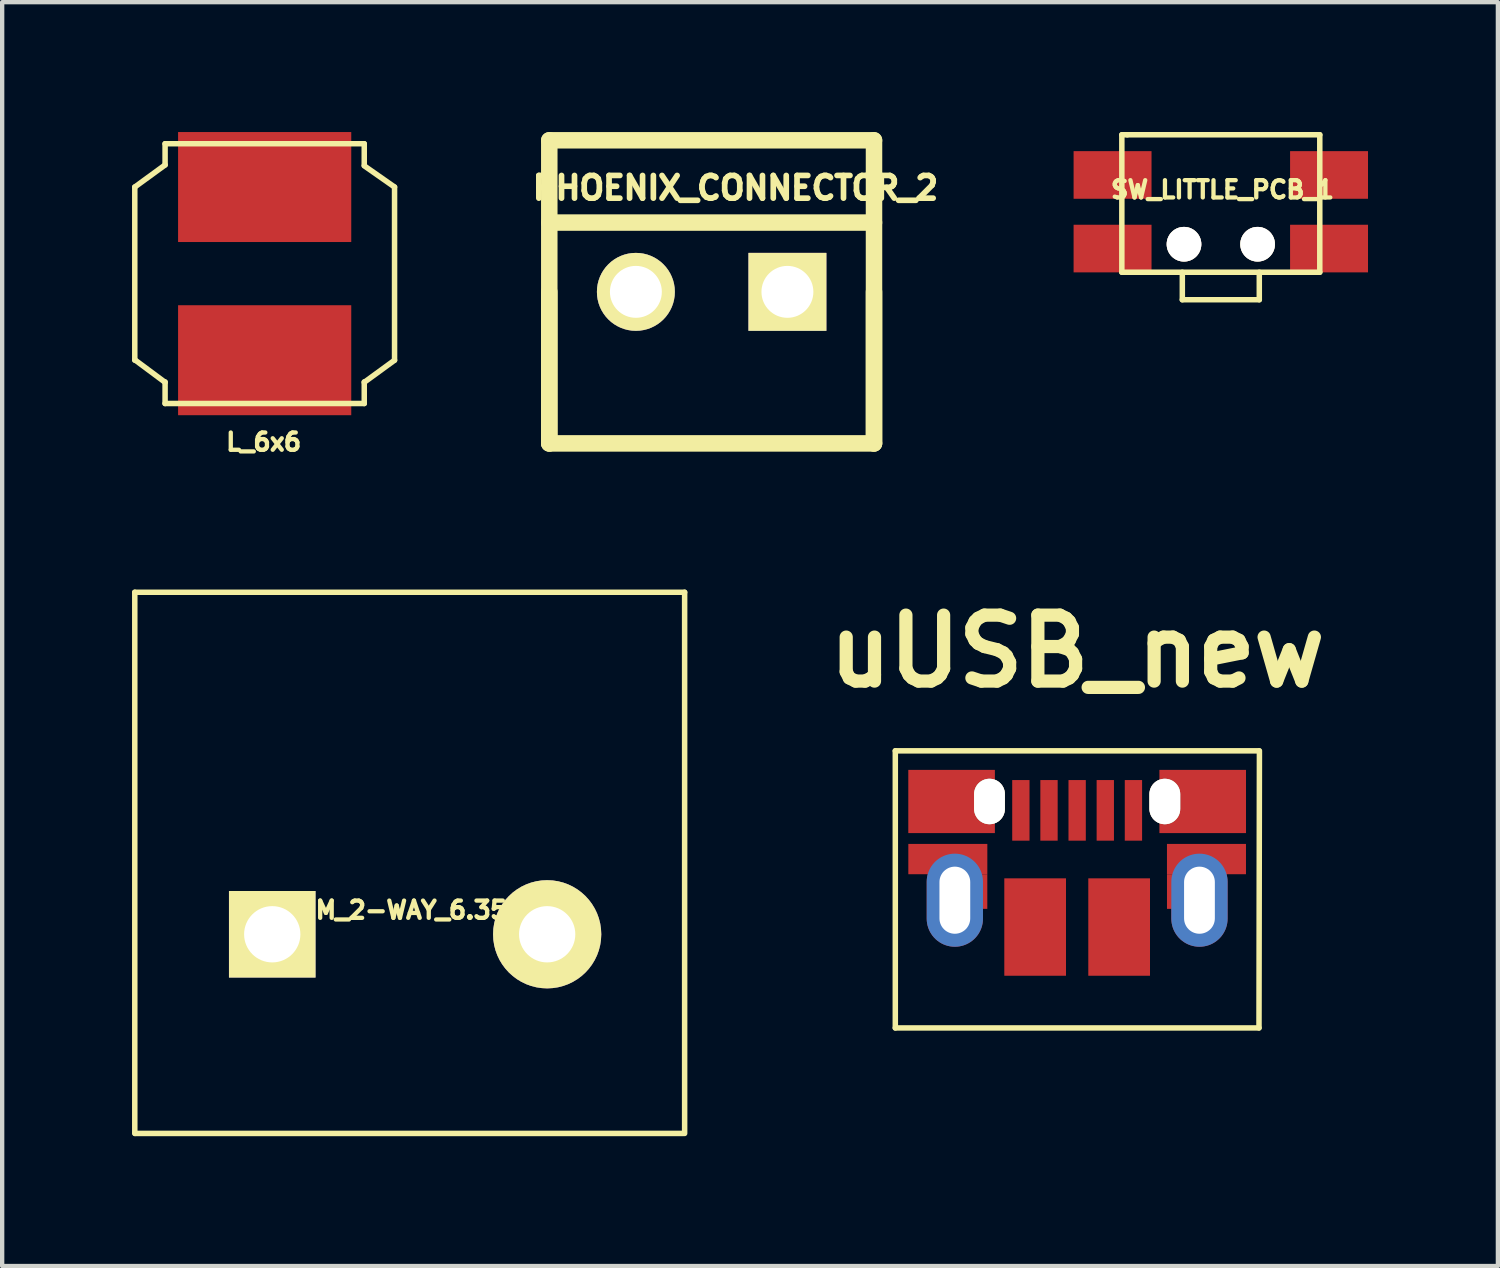
<source format=kicad_pcb>
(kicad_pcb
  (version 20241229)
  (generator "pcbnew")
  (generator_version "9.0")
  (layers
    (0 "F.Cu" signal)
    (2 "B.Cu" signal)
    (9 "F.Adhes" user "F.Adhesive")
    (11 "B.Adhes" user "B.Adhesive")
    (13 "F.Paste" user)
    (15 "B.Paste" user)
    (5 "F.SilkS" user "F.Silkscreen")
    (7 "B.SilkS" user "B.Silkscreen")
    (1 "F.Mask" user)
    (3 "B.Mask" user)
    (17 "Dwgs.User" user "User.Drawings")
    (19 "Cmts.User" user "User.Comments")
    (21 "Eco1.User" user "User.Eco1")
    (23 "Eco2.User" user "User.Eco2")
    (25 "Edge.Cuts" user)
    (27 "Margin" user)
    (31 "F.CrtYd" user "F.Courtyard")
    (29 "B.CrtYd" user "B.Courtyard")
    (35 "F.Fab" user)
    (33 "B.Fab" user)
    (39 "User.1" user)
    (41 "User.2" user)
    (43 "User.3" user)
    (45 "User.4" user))
  (footprint "PHOENIX_CONNECTOR_2"
    (layer "F.Cu")
    (at 9.637 7.191)
    (property "Reference" "PHOENIX_CONNECTOR_2" (at 4.3 -5.9 0) (layer "F.SilkS") (effects (font (size 0.524 0.524) (thickness 0.131))))
    (attr through_hole)
    (fp_line (start 0 -7) (end 0 0) (stroke (width 0.381) (type solid)) (layer "F.SilkS"))
    (fp_line (start 0 0) (end 0 -3.5) (stroke (width 0.381) (type solid)) (layer "F.SilkS"))
    (fp_line (start 0 0) (end 7.5 0) (stroke (width 0.381) (type solid)) (layer "F.SilkS"))
    (fp_line (start 7.5 -7) (end 0 -7) (stroke (width 0.381) (type solid)) (layer "F.SilkS"))
    (fp_line (start 7.5 -5.1) (end 0 -5.1) (stroke (width 0.381) (type solid)) (layer "F.SilkS"))
    (fp_line (start 7.5 0) (end 7.5 -7) (stroke (width 0.381) (type solid)) (layer "F.SilkS"))
    (fp_line (start 7.5 0) (end 7.5 -3.5) (stroke (width 0.381) (type solid)) (layer "F.SilkS"))
    (pad "1" thru_hole rect (at 5.5 -3.5) (size 1.8 1.8) (drill 1.199) (layers "*.Cu" "*.Mask" "F.SilkS"))
    (pad "2" thru_hole circle (at 2 -3.5) (size 1.8 1.8) (drill 1.199) (layers "*.Cu" "*.Mask" "F.SilkS")))
  (footprint "SW_LITTLE_PCB_1"
    (layer "F.Cu")
    (at 25.147 1.841)
    (property "Reference" "SW_LITTLE_PCB_1" (at 0.04 -0.51 0) (layer "F.SilkS") (effects (font (size 0.399 0.399) (thickness 0.099))))
    (attr smd)
    (fp_line (start -2.286 -1.778) (end -2.159 -1.778) (stroke (width 0.127) (type solid)) (layer "F.SilkS"))
    (fp_line (start -2.286 1.397) (end -2.286 -1.778) (stroke (width 0.127) (type solid)) (layer "F.SilkS"))
    (fp_line (start -2.159 -1.778) (end 2.286 -1.778) (stroke (width 0.127) (type solid)) (layer "F.SilkS"))
    (fp_line (start -0.889 2.032) (end -0.889 1.397) (stroke (width 0.127) (type solid)) (layer "F.SilkS"))
    (fp_line (start 0.889 1.397) (end 0.889 2.032) (stroke (width 0.127) (type solid)) (layer "F.SilkS"))
    (fp_line (start 0.889 2.032) (end -0.889 2.032) (stroke (width 0.127) (type solid)) (layer "F.SilkS"))
    (fp_line (start 2.286 -1.778) (end 2.286 1.397) (stroke (width 0.127) (type solid)) (layer "F.SilkS"))
    (fp_line (start 2.286 1.397) (end -2.286 1.397) (stroke (width 0.127) (type solid)) (layer "F.SilkS"))
    (pad "1" smd rect (at 2.5 0.85) (size 1.8 1.1) (layers "F.Cu" "F.Mask" "F.Paste"))
    (pad "2" smd rect (at 2.5 -0.85) (size 1.8 1.1) (layers "F.Cu" "F.Mask" "F.Paste"))
    (pad "3" smd rect (at -2.5 0.85) (size 1.8 1.1) (layers "F.Cu" "F.Mask" "F.Paste"))
    (pad "4" smd rect (at -2.5 -0.85) (size 1.8 1.1) (layers "F.Cu" "F.Mask" "F.Paste"))
    (pad "5" thru_hole circle (at -0.85 0.75) (size 0.8 0.8) (drill 0.8) (layers "*.Cu" "*.Mask" "F.SilkS"))
    (pad "5" thru_hole circle (at 0.85 0.75) (size 0.8 0.8) (drill 0.8) (layers "*.Cu" "*.Mask" "F.SilkS")))
  (footprint "TERM_2-WAY_6.35mm"
    (layer "F.Cu")
    (at 6.413 18.529)
    (property "Reference" "TERM_2-WAY_6.35mm" (at 0.041 -0.559 0) (layer "F.SilkS") (effects (font (size 0.399 0.399) (thickness 0.099))))
    (attr through_hole)
    (fp_line (start -6.35 4.6) (end -6.35 -7.899) (stroke (width 0.127) (type solid)) (layer "F.SilkS"))
    (fp_line (start -6.34 4.6) (end 6.32 4.6) (stroke (width 0.127) (type solid)) (layer "F.SilkS"))
    (fp_line (start 6.35 -7.899) (end -6.35 -7.899) (stroke (width 0.127) (type solid)) (layer "F.SilkS"))
    (fp_line (start 6.35 4.6) (end 6.35 -7.899) (stroke (width 0.127) (type solid)) (layer "F.SilkS"))
    (pad "1" thru_hole rect (at -3.175 0) (size 1.999 1.999) (drill 1.3) (layers "*.Cu" "*.Mask" "F.SilkS"))
    (pad "2" thru_hole circle (at 3.175 0) (size 2.499 2.499) (drill 1.3) (layers "*.Cu" "*.Mask" "F.SilkS")))
  (footprint "uUSB_new"
    (layer "F.Cu")
    (at 21.829 18.492)
    (property "Reference" "uUSB_new" (at 0 -6.5 0) (layer "F.SilkS") (effects (font (size 1.524 1.524) (thickness 0.305))))
    (attr smd)
    (fp_line (start -4.2 -4.2) (end -4.2 2.2) (stroke (width 0.127) (type solid)) (layer "F.SilkS"))
    (fp_line (start -4.2 -4.2) (end 4.2 -4.2) (stroke (width 0.127) (type solid)) (layer "F.SilkS"))
    (fp_line (start 4.2 2.2) (end -4.2 2.2) (stroke (width 0.127) (type solid)) (layer "F.SilkS"))
    (fp_line (start 4.21 -4.2) (end 4.2 2.2) (stroke (width 0.127) (type solid)) (layer "F.SilkS"))
    (pad "1" smd rect (at -1.3 -2.825) (size 0.4 1.4) (layers "F.Cu" "F.Mask" "F.Paste"))
    (pad "2" smd rect (at -0.65 -2.825) (size 0.4 1.4) (layers "F.Cu" "F.Mask" "F.Paste"))
    (pad "3" smd rect (at 0 -2.825) (size 0.4 1.4) (layers "F.Cu" "F.Mask" "F.Paste"))
    (pad "4" smd rect (at 0.65 -2.825) (size 0.4 1.4) (layers "F.Cu" "F.Mask" "F.Paste"))
    (pad "5" smd rect (at 1.3 -2.825) (size 0.4 1.4) (layers "F.Cu" "F.Mask" "F.Paste"))
    (pad "CE" smd rect (at -2.987 -1.7) (size 1.825 0.7) (layers "F.Cu" "F.Mask" "F.Paste"))
    (pad "CE" smd rect (at -2.9 -3.03) (size 2 1.46) (layers "F.Cu" "F.Mask" "F.Paste"))
    (pad "CE" thru_hole oval (at -2.825 -0.75) (size 1.3 2.15) (drill oval 0.711 1.55) (layers "*.Cu" "*.Mask" "F.Paste"))
    (pad "CE" smd rect (at -2.725 -0.95) (size 1.3 0.8) (layers "F.Cu" "F.Mask" "F.Paste"))
    (pad "CE" thru_hole oval (at -2.025 -3.03) (size 0.711 1.05) (drill oval 0.711 1.05) (layers "*.Cu" "*.Mask" "F.SilkS"))
    (pad "CE" smd rect (at -0.97 -0.13) (size 1.425 2.25) (layers "F.Cu" "F.Mask" "F.Paste"))
    (pad "CE" smd rect (at 0.97 -0.13) (size 1.425 2.25) (layers "F.Cu" "F.Mask" "F.Paste"))
    (pad "CE" thru_hole oval (at 2.025 -3.03) (size 0.711 1.05) (drill oval 0.711 1.05) (layers "*.Cu" "*.Mask" "F.SilkS"))
    (pad "CE" smd rect (at 2.725 -0.95) (size 1.3 0.8) (layers "F.Cu" "F.Mask" "F.Paste"))
    (pad "CE" thru_hole oval (at 2.825 -0.75) (size 1.3 2.15) (drill oval 0.711 1.55) (layers "*.Cu" "*.Mask" "F.Paste"))
    (pad "CE" smd rect (at 2.9 -3.03) (size 2 1.46) (layers "F.Cu" "F.Mask" "F.Paste"))
    (pad "CE" smd rect (at 2.987 -1.7) (size 1.825 0.7) (layers "F.Cu" "F.Mask" "F.Paste")))
  (footprint "L_6x6"
    (layer "F.Cu")
    (at 3.063 3.27)
    (property "Reference" "L_6x6" (at -0.023 3.889 0) (layer "F.SilkS") (effects (font (size 0.399 0.399) (thickness 0.099))))
    (attr smd)
    (fp_line (start -3 -2) (end -3 2) (stroke (width 0.127) (type solid)) (layer "F.SilkS"))
    (fp_line (start -3 1.99) (end -2.3 2.51) (stroke (width 0.127) (type solid)) (layer "F.SilkS"))
    (fp_line (start -2.3 -3) (end -2.3 -2.51) (stroke (width 0.127) (type solid)) (layer "F.SilkS"))
    (fp_line (start -2.3 -3) (end 2.3 -3) (stroke (width 0.127) (type solid)) (layer "F.SilkS"))
    (fp_line (start -2.3 -2.51) (end -3 -2) (stroke (width 0.127) (type solid)) (layer "F.SilkS"))
    (fp_line (start -2.3 3) (end -2.3 2.5) (stroke (width 0.127) (type solid)) (layer "F.SilkS"))
    (fp_line (start -2.3 3) (end 2.3 3) (stroke (width 0.127) (type solid)) (layer "F.SilkS"))
    (fp_line (start 2.3 -3) (end 2.3 -2.5) (stroke (width 0.127) (type solid)) (layer "F.SilkS"))
    (fp_line (start 2.3 -2.49) (end 3 -2) (stroke (width 0.127) (type solid)) (layer "F.SilkS"))
    (fp_line (start 2.3 2.51) (end 3 2) (stroke (width 0.127) (type solid)) (layer "F.SilkS"))
    (fp_line (start 2.3 3) (end 2.3 2.5) (stroke (width 0.127) (type solid)) (layer "F.SilkS"))
    (fp_line (start 3 -2) (end 3 2) (stroke (width 0.127) (type solid)) (layer "F.SilkS"))
    (pad "1" smd rect (at 0 2) (size 4 2.54) (layers "F.Cu" "F.Mask" "F.Paste"))
    (pad "2" smd rect (at 0 -2) (size 4 2.54) (layers "F.Cu" "F.Mask" "F.Paste")))
  (gr_rect
    (start -3 -3)
    (end 31.547 26.192)
    (stroke (width 0.1) (type default))
    (fill no)
    (layer "Edge.Cuts")))
</source>
